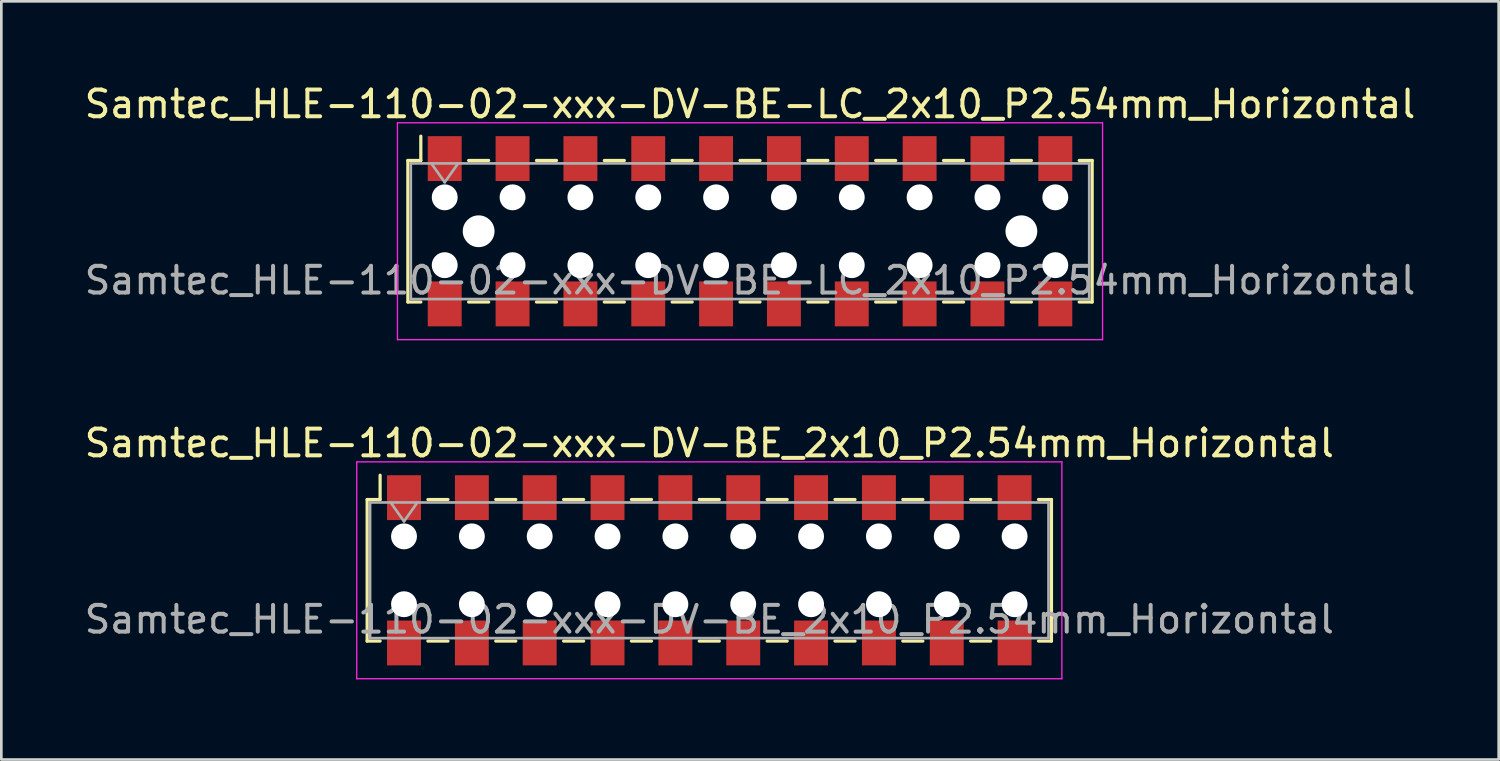
<source format=kicad_pcb>
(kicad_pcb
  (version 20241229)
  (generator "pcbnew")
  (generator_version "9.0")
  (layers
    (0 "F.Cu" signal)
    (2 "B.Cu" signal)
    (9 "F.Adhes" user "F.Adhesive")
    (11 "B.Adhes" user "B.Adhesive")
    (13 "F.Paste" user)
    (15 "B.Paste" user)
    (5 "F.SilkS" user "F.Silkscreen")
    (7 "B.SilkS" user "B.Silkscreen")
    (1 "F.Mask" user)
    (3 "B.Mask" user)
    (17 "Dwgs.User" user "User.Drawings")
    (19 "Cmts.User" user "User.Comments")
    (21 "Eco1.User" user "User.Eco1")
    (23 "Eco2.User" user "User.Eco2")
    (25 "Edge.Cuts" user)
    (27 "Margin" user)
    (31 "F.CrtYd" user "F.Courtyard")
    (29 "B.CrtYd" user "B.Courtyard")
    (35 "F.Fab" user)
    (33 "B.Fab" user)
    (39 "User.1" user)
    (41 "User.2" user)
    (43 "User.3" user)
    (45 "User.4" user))
  (footprint "Samtec_HLE-110-02-xxx-DV-BE_2x10_P2.54mm_Horizontal"
    (layer "F.Cu")
    (at 23.506 18.302)
    (property "Reference" "Samtec_HLE-110-02-xxx-DV-BE_2x10_P2.54mm_Horizontal" (at 0 -4.76 0) (layer "F.SilkS") (effects (font (size 1 1) (thickness 0.15))))
    (attr smd)
    (fp_line (start -12.81 -2.65) (end -12.81 2.65) (stroke (width 0.12) (type solid)) (layer "F.SilkS"))
    (fp_line (start -12.81 2.65) (end -12.325 2.65) (stroke (width 0.12) (type solid)) (layer "F.SilkS"))
    (fp_line (start -12.325 -3.56) (end -12.325 -2.65) (stroke (width 0.12) (type solid)) (layer "F.SilkS"))
    (fp_line (start -12.325 -2.65) (end -12.81 -2.65) (stroke (width 0.12) (type solid)) (layer "F.SilkS"))
    (fp_line (start -10.535 -2.65) (end -9.785 -2.65) (stroke (width 0.12) (type solid)) (layer "F.SilkS"))
    (fp_line (start -10.535 2.65) (end -9.785 2.65) (stroke (width 0.12) (type solid)) (layer "F.SilkS"))
    (fp_line (start -7.995 -2.65) (end -7.245 -2.65) (stroke (width 0.12) (type solid)) (layer "F.SilkS"))
    (fp_line (start -7.995 2.65) (end -7.245 2.65) (stroke (width 0.12) (type solid)) (layer "F.SilkS"))
    (fp_line (start -5.455 -2.65) (end -4.705 -2.65) (stroke (width 0.12) (type solid)) (layer "F.SilkS"))
    (fp_line (start -5.455 2.65) (end -4.705 2.65) (stroke (width 0.12) (type solid)) (layer "F.SilkS"))
    (fp_line (start -2.915 -2.65) (end -2.165 -2.65) (stroke (width 0.12) (type solid)) (layer "F.SilkS"))
    (fp_line (start -2.915 2.65) (end -2.165 2.65) (stroke (width 0.12) (type solid)) (layer "F.SilkS"))
    (fp_line (start -0.375 -2.65) (end 0.375 -2.65) (stroke (width 0.12) (type solid)) (layer "F.SilkS"))
    (fp_line (start -0.375 2.65) (end 0.375 2.65) (stroke (width 0.12) (type solid)) (layer "F.SilkS"))
    (fp_line (start 2.165 -2.65) (end 2.915 -2.65) (stroke (width 0.12) (type solid)) (layer "F.SilkS"))
    (fp_line (start 2.165 2.65) (end 2.915 2.65) (stroke (width 0.12) (type solid)) (layer "F.SilkS"))
    (fp_line (start 4.705 -2.65) (end 5.455 -2.65) (stroke (width 0.12) (type solid)) (layer "F.SilkS"))
    (fp_line (start 4.705 2.65) (end 5.455 2.65) (stroke (width 0.12) (type solid)) (layer "F.SilkS"))
    (fp_line (start 7.245 -2.65) (end 7.995 -2.65) (stroke (width 0.12) (type solid)) (layer "F.SilkS"))
    (fp_line (start 7.245 2.65) (end 7.995 2.65) (stroke (width 0.12) (type solid)) (layer "F.SilkS"))
    (fp_line (start 9.785 -2.65) (end 10.535 -2.65) (stroke (width 0.12) (type solid)) (layer "F.SilkS"))
    (fp_line (start 9.785 2.65) (end 10.535 2.65) (stroke (width 0.12) (type solid)) (layer "F.SilkS"))
    (fp_line (start 12.325 -2.65) (end 12.81 -2.65) (stroke (width 0.12) (type solid)) (layer "F.SilkS"))
    (fp_line (start 12.81 -2.65) (end 12.81 2.65) (stroke (width 0.12) (type solid)) (layer "F.SilkS"))
    (fp_line (start 12.81 2.65) (end 12.325 2.65) (stroke (width 0.12) (type solid)) (layer "F.SilkS"))
    (fp_line (start -13.2 -4.06) (end 13.2 -4.06) (stroke (width 0.05) (type solid)) (layer "F.CrtYd"))
    (fp_line (start -13.2 4.06) (end -13.2 -4.06) (stroke (width 0.05) (type solid)) (layer "F.CrtYd"))
    (fp_line (start 13.2 -4.06) (end 13.2 4.06) (stroke (width 0.05) (type solid)) (layer "F.CrtYd"))
    (fp_line (start 13.2 4.06) (end -13.2 4.06) (stroke (width 0.05) (type solid)) (layer "F.CrtYd"))
    (fp_line (start -12.7 -2.54) (end 12.7 -2.54) (stroke (width 0.1) (type solid)) (layer "F.Fab"))
    (fp_line (start -12.7 2.54) (end -12.7 -2.54) (stroke (width 0.1) (type solid)) (layer "F.Fab"))
    (fp_line (start -11.93 -2.54) (end -11.43 -1.833) (stroke (width 0.1) (type solid)) (layer "F.Fab"))
    (fp_line (start -11.43 -1.833) (end -10.93 -2.54) (stroke (width 0.1) (type solid)) (layer "F.Fab"))
    (fp_line (start 12.7 -2.54) (end 12.7 2.54) (stroke (width 0.1) (type solid)) (layer "F.Fab"))
    (fp_line (start 12.7 2.54) (end -12.7 2.54) (stroke (width 0.1) (type solid)) (layer "F.Fab"))
    (fp_text user "${REFERENCE}" (at 0 1.84 0) (layer "F.Fab") (effects (font (size 1 1) (thickness 0.15))))
    (pad "" np_thru_hole circle (at -11.43 -1.27) (size 0.97 0.97) (drill 0.97) (layers "*.Cu" "*.Mask"))
    (pad "" np_thru_hole circle (at -11.43 1.27) (size 0.97 0.97) (drill 0.97) (layers "*.Cu" "*.Mask"))
    (pad "" np_thru_hole circle (at -8.89 -1.27) (size 0.97 0.97) (drill 0.97) (layers "*.Cu" "*.Mask"))
    (pad "" np_thru_hole circle (at -8.89 1.27) (size 0.97 0.97) (drill 0.97) (layers "*.Cu" "*.Mask"))
    (pad "" np_thru_hole circle (at -6.35 -1.27) (size 0.97 0.97) (drill 0.97) (layers "*.Cu" "*.Mask"))
    (pad "" np_thru_hole circle (at -6.35 1.27) (size 0.97 0.97) (drill 0.97) (layers "*.Cu" "*.Mask"))
    (pad "" np_thru_hole circle (at -3.81 -1.27) (size 0.97 0.97) (drill 0.97) (layers "*.Cu" "*.Mask"))
    (pad "" np_thru_hole circle (at -3.81 1.27) (size 0.97 0.97) (drill 0.97) (layers "*.Cu" "*.Mask"))
    (pad "" np_thru_hole circle (at -1.27 -1.27) (size 0.97 0.97) (drill 0.97) (layers "*.Cu" "*.Mask"))
    (pad "" np_thru_hole circle (at -1.27 1.27) (size 0.97 0.97) (drill 0.97) (layers "*.Cu" "*.Mask"))
    (pad "" np_thru_hole circle (at 1.27 -1.27) (size 0.97 0.97) (drill 0.97) (layers "*.Cu" "*.Mask"))
    (pad "" np_thru_hole circle (at 1.27 1.27) (size 0.97 0.97) (drill 0.97) (layers "*.Cu" "*.Mask"))
    (pad "" np_thru_hole circle (at 3.81 -1.27) (size 0.97 0.97) (drill 0.97) (layers "*.Cu" "*.Mask"))
    (pad "" np_thru_hole circle (at 3.81 1.27) (size 0.97 0.97) (drill 0.97) (layers "*.Cu" "*.Mask"))
    (pad "" np_thru_hole circle (at 6.35 -1.27) (size 0.97 0.97) (drill 0.97) (layers "*.Cu" "*.Mask"))
    (pad "" np_thru_hole circle (at 6.35 1.27) (size 0.97 0.97) (drill 0.97) (layers "*.Cu" "*.Mask"))
    (pad "" np_thru_hole circle (at 8.89 -1.27) (size 0.97 0.97) (drill 0.97) (layers "*.Cu" "*.Mask"))
    (pad "" np_thru_hole circle (at 8.89 1.27) (size 0.97 0.97) (drill 0.97) (layers "*.Cu" "*.Mask"))
    (pad "" np_thru_hole circle (at 11.43 -1.27) (size 0.97 0.97) (drill 0.97) (layers "*.Cu" "*.Mask"))
    (pad "" np_thru_hole circle (at 11.43 1.27) (size 0.97 0.97) (drill 0.97) (layers "*.Cu" "*.Mask"))
    (pad "1" smd rect (at -11.43 -2.72) (size 1.27 1.68) (layers "F.Cu" "F.Mask" "F.Paste"))
    (pad "2" smd rect (at -11.43 2.72) (size 1.27 1.68) (layers "F.Cu" "F.Mask" "F.Paste"))
    (pad "3" smd rect (at -8.89 -2.72) (size 1.27 1.68) (layers "F.Cu" "F.Mask" "F.Paste"))
    (pad "4" smd rect (at -8.89 2.72) (size 1.27 1.68) (layers "F.Cu" "F.Mask" "F.Paste"))
    (pad "5" smd rect (at -6.35 -2.72) (size 1.27 1.68) (layers "F.Cu" "F.Mask" "F.Paste"))
    (pad "6" smd rect (at -6.35 2.72) (size 1.27 1.68) (layers "F.Cu" "F.Mask" "F.Paste"))
    (pad "7" smd rect (at -3.81 -2.72) (size 1.27 1.68) (layers "F.Cu" "F.Mask" "F.Paste"))
    (pad "8" smd rect (at -3.81 2.72) (size 1.27 1.68) (layers "F.Cu" "F.Mask" "F.Paste"))
    (pad "9" smd rect (at -1.27 -2.72) (size 1.27 1.68) (layers "F.Cu" "F.Mask" "F.Paste"))
    (pad "10" smd rect (at -1.27 2.72) (size 1.27 1.68) (layers "F.Cu" "F.Mask" "F.Paste"))
    (pad "11" smd rect (at 1.27 -2.72) (size 1.27 1.68) (layers "F.Cu" "F.Mask" "F.Paste"))
    (pad "12" smd rect (at 1.27 2.72) (size 1.27 1.68) (layers "F.Cu" "F.Mask" "F.Paste"))
    (pad "13" smd rect (at 3.81 -2.72) (size 1.27 1.68) (layers "F.Cu" "F.Mask" "F.Paste"))
    (pad "14" smd rect (at 3.81 2.72) (size 1.27 1.68) (layers "F.Cu" "F.Mask" "F.Paste"))
    (pad "15" smd rect (at 6.35 -2.72) (size 1.27 1.68) (layers "F.Cu" "F.Mask" "F.Paste"))
    (pad "16" smd rect (at 6.35 2.72) (size 1.27 1.68) (layers "F.Cu" "F.Mask" "F.Paste"))
    (pad "17" smd rect (at 8.89 -2.72) (size 1.27 1.68) (layers "F.Cu" "F.Mask" "F.Paste"))
    (pad "18" smd rect (at 8.89 2.72) (size 1.27 1.68) (layers "F.Cu" "F.Mask" "F.Paste"))
    (pad "19" smd rect (at 11.43 -2.72) (size 1.27 1.68) (layers "F.Cu" "F.Mask" "F.Paste"))
    (pad "20" smd rect (at 11.43 2.72) (size 1.27 1.68) (layers "F.Cu" "F.Mask" "F.Paste")))
  (footprint "Samtec_HLE-110-02-xxx-DV-BE-LC_2x10_P2.54mm_Horizontal"
    (layer "F.Cu")
    (at 25.03 5.608)
    (property "Reference" "Samtec_HLE-110-02-xxx-DV-BE-LC_2x10_P2.54mm_Horizontal" (at 0 -4.76 0) (layer "F.SilkS") (effects (font (size 1 1) (thickness 0.15))))
    (attr smd)
    (fp_line (start -12.81 -2.65) (end -12.81 2.65) (stroke (width 0.12) (type solid)) (layer "F.SilkS"))
    (fp_line (start -12.81 2.65) (end -12.325 2.65) (stroke (width 0.12) (type solid)) (layer "F.SilkS"))
    (fp_line (start -12.325 -3.56) (end -12.325 -2.65) (stroke (width 0.12) (type solid)) (layer "F.SilkS"))
    (fp_line (start -12.325 -2.65) (end -12.81 -2.65) (stroke (width 0.12) (type solid)) (layer "F.SilkS"))
    (fp_line (start -10.535 -2.65) (end -9.785 -2.65) (stroke (width 0.12) (type solid)) (layer "F.SilkS"))
    (fp_line (start -10.535 2.65) (end -9.785 2.65) (stroke (width 0.12) (type solid)) (layer "F.SilkS"))
    (fp_line (start -7.995 -2.65) (end -7.245 -2.65) (stroke (width 0.12) (type solid)) (layer "F.SilkS"))
    (fp_line (start -7.995 2.65) (end -7.245 2.65) (stroke (width 0.12) (type solid)) (layer "F.SilkS"))
    (fp_line (start -5.455 -2.65) (end -4.705 -2.65) (stroke (width 0.12) (type solid)) (layer "F.SilkS"))
    (fp_line (start -5.455 2.65) (end -4.705 2.65) (stroke (width 0.12) (type solid)) (layer "F.SilkS"))
    (fp_line (start -2.915 -2.65) (end -2.165 -2.65) (stroke (width 0.12) (type solid)) (layer "F.SilkS"))
    (fp_line (start -2.915 2.65) (end -2.165 2.65) (stroke (width 0.12) (type solid)) (layer "F.SilkS"))
    (fp_line (start -0.375 -2.65) (end 0.375 -2.65) (stroke (width 0.12) (type solid)) (layer "F.SilkS"))
    (fp_line (start -0.375 2.65) (end 0.375 2.65) (stroke (width 0.12) (type solid)) (layer "F.SilkS"))
    (fp_line (start 2.165 -2.65) (end 2.915 -2.65) (stroke (width 0.12) (type solid)) (layer "F.SilkS"))
    (fp_line (start 2.165 2.65) (end 2.915 2.65) (stroke (width 0.12) (type solid)) (layer "F.SilkS"))
    (fp_line (start 4.705 -2.65) (end 5.455 -2.65) (stroke (width 0.12) (type solid)) (layer "F.SilkS"))
    (fp_line (start 4.705 2.65) (end 5.455 2.65) (stroke (width 0.12) (type solid)) (layer "F.SilkS"))
    (fp_line (start 7.245 -2.65) (end 7.995 -2.65) (stroke (width 0.12) (type solid)) (layer "F.SilkS"))
    (fp_line (start 7.245 2.65) (end 7.995 2.65) (stroke (width 0.12) (type solid)) (layer "F.SilkS"))
    (fp_line (start 9.785 -2.65) (end 10.535 -2.65) (stroke (width 0.12) (type solid)) (layer "F.SilkS"))
    (fp_line (start 9.785 2.65) (end 10.535 2.65) (stroke (width 0.12) (type solid)) (layer "F.SilkS"))
    (fp_line (start 12.325 -2.65) (end 12.81 -2.65) (stroke (width 0.12) (type solid)) (layer "F.SilkS"))
    (fp_line (start 12.81 -2.65) (end 12.81 2.65) (stroke (width 0.12) (type solid)) (layer "F.SilkS"))
    (fp_line (start 12.81 2.65) (end 12.325 2.65) (stroke (width 0.12) (type solid)) (layer "F.SilkS"))
    (fp_line (start -13.2 -4.06) (end 13.2 -4.06) (stroke (width 0.05) (type solid)) (layer "F.CrtYd"))
    (fp_line (start -13.2 4.06) (end -13.2 -4.06) (stroke (width 0.05) (type solid)) (layer "F.CrtYd"))
    (fp_line (start 13.2 -4.06) (end 13.2 4.06) (stroke (width 0.05) (type solid)) (layer "F.CrtYd"))
    (fp_line (start 13.2 4.06) (end -13.2 4.06) (stroke (width 0.05) (type solid)) (layer "F.CrtYd"))
    (fp_line (start -12.7 -2.54) (end 12.7 -2.54) (stroke (width 0.1) (type solid)) (layer "F.Fab"))
    (fp_line (start -12.7 2.54) (end -12.7 -2.54) (stroke (width 0.1) (type solid)) (layer "F.Fab"))
    (fp_line (start -11.93 -2.54) (end -11.43 -1.833) (stroke (width 0.1) (type solid)) (layer "F.Fab"))
    (fp_line (start -11.43 -1.833) (end -10.93 -2.54) (stroke (width 0.1) (type solid)) (layer "F.Fab"))
    (fp_line (start 12.7 -2.54) (end 12.7 2.54) (stroke (width 0.1) (type solid)) (layer "F.Fab"))
    (fp_line (start 12.7 2.54) (end -12.7 2.54) (stroke (width 0.1) (type solid)) (layer "F.Fab"))
    (fp_text user "${REFERENCE}" (at 0 1.84 0) (layer "F.Fab") (effects (font (size 1 1) (thickness 0.15))))
    (pad "" np_thru_hole circle (at -11.43 -1.27) (size 0.97 0.97) (drill 0.97) (layers "*.Cu" "*.Mask"))
    (pad "" np_thru_hole circle (at -11.43 1.27) (size 0.97 0.97) (drill 0.97) (layers "*.Cu" "*.Mask"))
    (pad "" np_thru_hole circle (at -10.16 0) (size 1.19 1.19) (drill 1.19) (layers "*.Cu" "*.Mask"))
    (pad "" np_thru_hole circle (at -8.89 -1.27) (size 0.97 0.97) (drill 0.97) (layers "*.Cu" "*.Mask"))
    (pad "" np_thru_hole circle (at -8.89 1.27) (size 0.97 0.97) (drill 0.97) (layers "*.Cu" "*.Mask"))
    (pad "" np_thru_hole circle (at -6.35 -1.27) (size 0.97 0.97) (drill 0.97) (layers "*.Cu" "*.Mask"))
    (pad "" np_thru_hole circle (at -6.35 1.27) (size 0.97 0.97) (drill 0.97) (layers "*.Cu" "*.Mask"))
    (pad "" np_thru_hole circle (at -3.81 -1.27) (size 0.97 0.97) (drill 0.97) (layers "*.Cu" "*.Mask"))
    (pad "" np_thru_hole circle (at -3.81 1.27) (size 0.97 0.97) (drill 0.97) (layers "*.Cu" "*.Mask"))
    (pad "" np_thru_hole circle (at -1.27 -1.27) (size 0.97 0.97) (drill 0.97) (layers "*.Cu" "*.Mask"))
    (pad "" np_thru_hole circle (at -1.27 1.27) (size 0.97 0.97) (drill 0.97) (layers "*.Cu" "*.Mask"))
    (pad "" np_thru_hole circle (at 1.27 -1.27) (size 0.97 0.97) (drill 0.97) (layers "*.Cu" "*.Mask"))
    (pad "" np_thru_hole circle (at 1.27 1.27) (size 0.97 0.97) (drill 0.97) (layers "*.Cu" "*.Mask"))
    (pad "" np_thru_hole circle (at 3.81 -1.27) (size 0.97 0.97) (drill 0.97) (layers "*.Cu" "*.Mask"))
    (pad "" np_thru_hole circle (at 3.81 1.27) (size 0.97 0.97) (drill 0.97) (layers "*.Cu" "*.Mask"))
    (pad "" np_thru_hole circle (at 6.35 -1.27) (size 0.97 0.97) (drill 0.97) (layers "*.Cu" "*.Mask"))
    (pad "" np_thru_hole circle (at 6.35 1.27) (size 0.97 0.97) (drill 0.97) (layers "*.Cu" "*.Mask"))
    (pad "" np_thru_hole circle (at 8.89 -1.27) (size 0.97 0.97) (drill 0.97) (layers "*.Cu" "*.Mask"))
    (pad "" np_thru_hole circle (at 8.89 1.27) (size 0.97 0.97) (drill 0.97) (layers "*.Cu" "*.Mask"))
    (pad "" np_thru_hole circle (at 10.16 0) (size 1.19 1.19) (drill 1.19) (layers "*.Cu" "*.Mask"))
    (pad "" np_thru_hole circle (at 11.43 -1.27) (size 0.97 0.97) (drill 0.97) (layers "*.Cu" "*.Mask"))
    (pad "" np_thru_hole circle (at 11.43 1.27) (size 0.97 0.97) (drill 0.97) (layers "*.Cu" "*.Mask"))
    (pad "1" smd rect (at -11.43 -2.72) (size 1.27 1.68) (layers "F.Cu" "F.Mask" "F.Paste"))
    (pad "2" smd rect (at -11.43 2.72) (size 1.27 1.68) (layers "F.Cu" "F.Mask" "F.Paste"))
    (pad "3" smd rect (at -8.89 -2.72) (size 1.27 1.68) (layers "F.Cu" "F.Mask" "F.Paste"))
    (pad "4" smd rect (at -8.89 2.72) (size 1.27 1.68) (layers "F.Cu" "F.Mask" "F.Paste"))
    (pad "5" smd rect (at -6.35 -2.72) (size 1.27 1.68) (layers "F.Cu" "F.Mask" "F.Paste"))
    (pad "6" smd rect (at -6.35 2.72) (size 1.27 1.68) (layers "F.Cu" "F.Mask" "F.Paste"))
    (pad "7" smd rect (at -3.81 -2.72) (size 1.27 1.68) (layers "F.Cu" "F.Mask" "F.Paste"))
    (pad "8" smd rect (at -3.81 2.72) (size 1.27 1.68) (layers "F.Cu" "F.Mask" "F.Paste"))
    (pad "9" smd rect (at -1.27 -2.72) (size 1.27 1.68) (layers "F.Cu" "F.Mask" "F.Paste"))
    (pad "10" smd rect (at -1.27 2.72) (size 1.27 1.68) (layers "F.Cu" "F.Mask" "F.Paste"))
    (pad "11" smd rect (at 1.27 -2.72) (size 1.27 1.68) (layers "F.Cu" "F.Mask" "F.Paste"))
    (pad "12" smd rect (at 1.27 2.72) (size 1.27 1.68) (layers "F.Cu" "F.Mask" "F.Paste"))
    (pad "13" smd rect (at 3.81 -2.72) (size 1.27 1.68) (layers "F.Cu" "F.Mask" "F.Paste"))
    (pad "14" smd rect (at 3.81 2.72) (size 1.27 1.68) (layers "F.Cu" "F.Mask" "F.Paste"))
    (pad "15" smd rect (at 6.35 -2.72) (size 1.27 1.68) (layers "F.Cu" "F.Mask" "F.Paste"))
    (pad "16" smd rect (at 6.35 2.72) (size 1.27 1.68) (layers "F.Cu" "F.Mask" "F.Paste"))
    (pad "17" smd rect (at 8.89 -2.72) (size 1.27 1.68) (layers "F.Cu" "F.Mask" "F.Paste"))
    (pad "18" smd rect (at 8.89 2.72) (size 1.27 1.68) (layers "F.Cu" "F.Mask" "F.Paste"))
    (pad "19" smd rect (at 11.43 -2.72) (size 1.27 1.68) (layers "F.Cu" "F.Mask" "F.Paste"))
    (pad "20" smd rect (at 11.43 2.72) (size 1.27 1.68) (layers "F.Cu" "F.Mask" "F.Paste")))
  (gr_rect
    (start -3 -3)
    (end 53.06 25.387)
    (stroke (width 0.1) (type default))
    (fill no)
    (layer "Edge.Cuts")))
</source>
